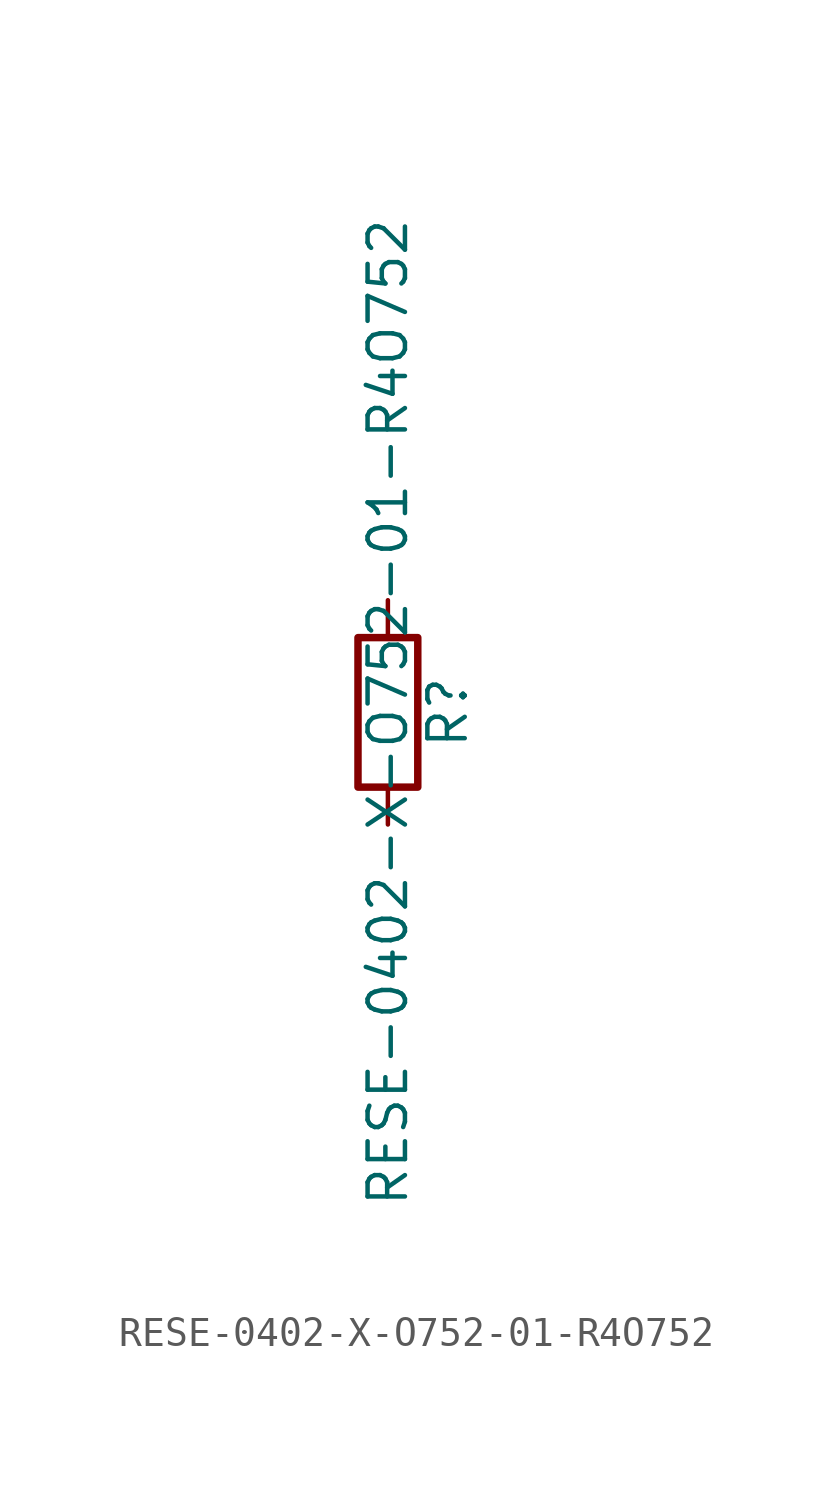
<source format=kicad_sym>
(kicad_symbol_lib
  (version 20211014)
  (generator kicad_symbol_editor)
  (symbol "RESE-0402-X-O752-01-R4O752"
    (pin_numbers hide)
    (pin_names
      (offset 0))
    (property "Reference" "R"
      (at 2.032 0 90)
      (effects (font (size 1.27 1.27))))
    (property "Value" "RESE-0402-X-O752-01-R4O752"
      (at 0 0 90)
      (effects (font (size 1.27 1.27))))
    (symbol "RESE-0402-X-O752-01-R4O752_0_1"
      (rectangle (start -1.016 -2.54) (end 1.016 2.54) (stroke (width 0.254) (type default) (color 0 0 0 0)) (fill (type none))))
    (symbol "RESE-0402-X-O752-01-R4O752_1_1"
      (pin passive line (at 0 3.81 270) (length 1.27) (name "~" (effects (font (size 1.27 1.27)))) (number "1" (effects (font (size 1.27 1.27)))))
      (pin passive line (at 0 -3.81 90) (length 1.27) (name "~" (effects (font (size 1.27 1.27)))) (number "2" (effects (font (size 1.27 1.27))))))))
</source>
